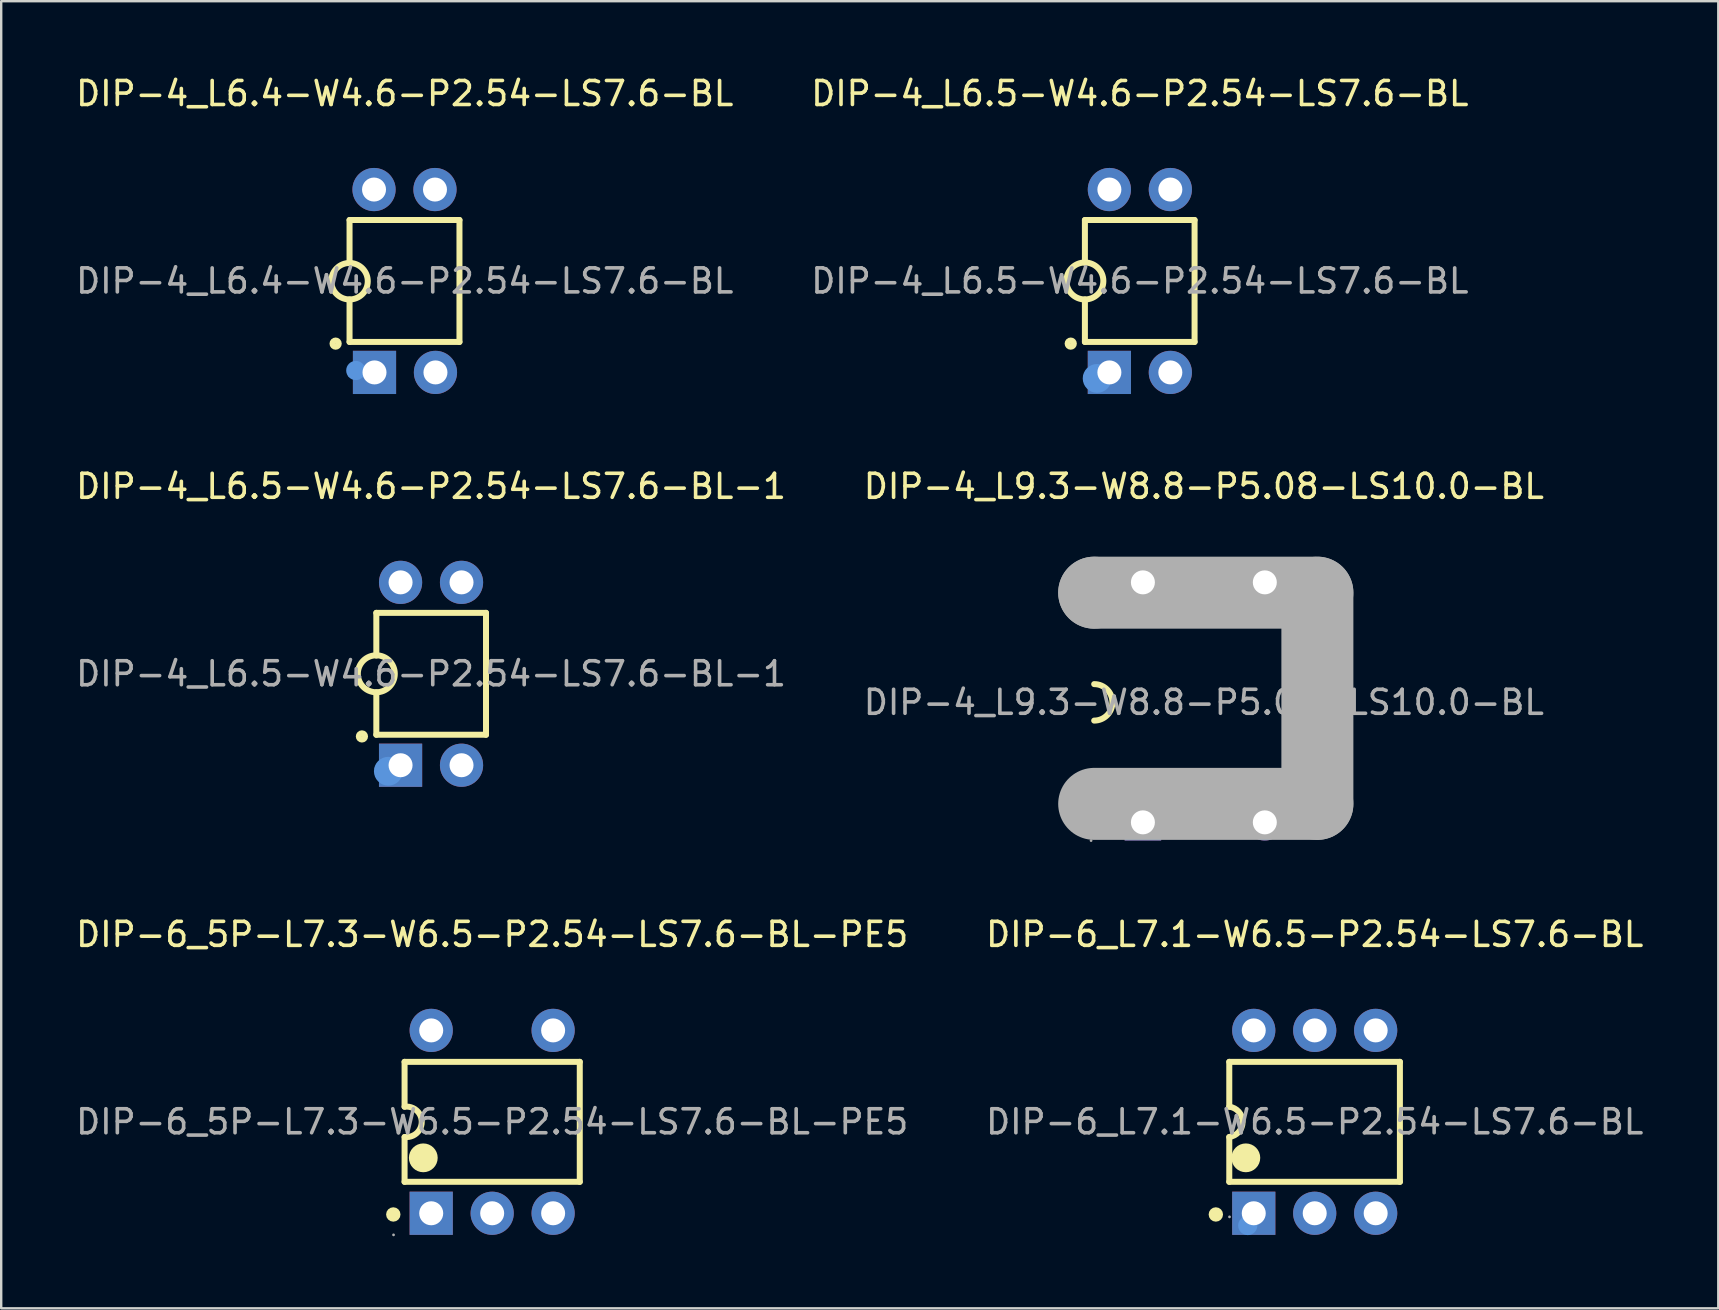
<source format=kicad_pcb>
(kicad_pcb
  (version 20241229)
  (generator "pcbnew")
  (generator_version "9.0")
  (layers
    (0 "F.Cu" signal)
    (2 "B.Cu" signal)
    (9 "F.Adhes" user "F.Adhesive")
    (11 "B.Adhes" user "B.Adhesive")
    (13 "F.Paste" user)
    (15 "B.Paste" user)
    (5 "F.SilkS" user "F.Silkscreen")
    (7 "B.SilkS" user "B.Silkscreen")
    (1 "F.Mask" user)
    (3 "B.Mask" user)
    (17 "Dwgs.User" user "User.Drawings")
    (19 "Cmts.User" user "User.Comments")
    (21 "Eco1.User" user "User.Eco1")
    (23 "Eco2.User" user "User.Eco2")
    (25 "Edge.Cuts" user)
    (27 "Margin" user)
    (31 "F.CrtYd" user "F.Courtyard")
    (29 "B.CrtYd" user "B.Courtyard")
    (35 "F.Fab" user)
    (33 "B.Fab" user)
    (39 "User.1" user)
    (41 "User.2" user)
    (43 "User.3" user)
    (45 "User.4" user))
  (footprint "DIP-4_L6.5-W4.6-P2.54-LS7.6-BL-1"
    (layer "F.Cu")
    (at 14.911 25.026)
    (property "Reference" "DIP-4_L6.5-W4.6-P2.54-LS7.6-BL-1" (at 0 -7.81 0) (layer "F.SilkS") (effects (font (size 1 1) (thickness 0.15))))
    (attr through_hole)
    (fp_line (start -2.28 -2.54) (end -2.28 -0.76) (stroke (width 0.25) (type solid)) (layer "F.SilkS"))
    (fp_line (start -2.28 -2.54) (end 2.29 -2.54) (stroke (width 0.25) (type solid)) (layer "F.SilkS"))
    (fp_line (start -2.28 0.77) (end -2.28 2.54) (stroke (width 0.25) (type solid)) (layer "F.SilkS"))
    (fp_line (start -2.28 2.54) (end 2.29 2.54) (stroke (width 0.25) (type solid)) (layer "F.SilkS"))
    (fp_line (start 2.29 -2.54) (end 2.29 2.54) (stroke (width 0.25) (type solid)) (layer "F.SilkS"))
    (fp_arc (start -2.293438 0.769883) (mid -2.273281 -0.769971) (end -2.28 0.77) (stroke (width 0.25) (type solid)) (layer "F.SilkS"))
    (fp_circle (center -2.88 2.61) (end -2.75 2.61) (stroke (width 0.25) (type solid)) (fill no) (layer "F.SilkS"))
    (fp_circle (center -1.78 4.06) (end -1.48 4.06) (stroke (width 0.6) (type solid)) (fill no) (layer "Cmts.User"))
    (fp_circle (center -2.29 3.93) (end -2.26 3.93) (stroke (width 0.06) (type solid)) (fill no) (layer "F.Fab"))
    (fp_text user "${REFERENCE}" (at 0 0 0) (layer "F.Fab") (effects (font (size 1 1) (thickness 0.15))))
    (pad "1" thru_hole rect (at -1.27 3.81 180) (size 1.8 1.8) (drill 1) (layers "*.Cu" "*.Paste" "*.Mask"))
    (pad "2" thru_hole circle (at 1.27 3.81 90) (size 1.8 1.8) (drill 1) (layers "*.Cu" "*.Paste" "*.Mask"))
    (pad "3" thru_hole circle (at 1.27 -3.81 90) (size 1.8 1.8) (drill 1) (layers "*.Cu" "*.Paste" "*.Mask"))
    (pad "4" thru_hole circle (at -1.27 -3.81 90) (size 1.8 1.8) (drill 1) (layers "*.Cu" "*.Paste" "*.Mask")))
  (footprint "DIP-6_5P-L7.3-W6.5-P2.54-LS7.6-BL-PE5"
    (layer "F.Cu")
    (at 17.458 43.695)
    (property "Reference" "DIP-6_5P-L7.3-W6.5-P2.54-LS7.6-BL-PE5" (at 0 -7.81 0) (layer "F.SilkS") (effects (font (size 1 1) (thickness 0.15))))
    (attr through_hole)
    (fp_line (start -3.65 -2.5) (end 3.65 -2.5) (stroke (width 0.25) (type solid)) (layer "F.SilkS"))
    (fp_line (start -3.65 -0.63) (end -3.65 -2.5) (stroke (width 0.25) (type solid)) (layer "F.SilkS"))
    (fp_line (start -3.65 0.64) (end -3.65 2.5) (stroke (width 0.25) (type solid)) (layer "F.SilkS"))
    (fp_line (start -3.65 2.5) (end 3.65 2.5) (stroke (width 0.25) (type solid)) (layer "F.SilkS"))
    (fp_line (start 3.65 -2.5) (end 3.65 2.5) (stroke (width 0.25) (type solid)) (layer "F.SilkS"))
    (fp_arc (start -4.12 3.86) (mid -4.12 3.86) (end -4.12 3.86) (stroke (width 0.3) (type solid)) (layer "F.SilkS"))
    (fp_arc (start -3.65 -0.63) (mid -2.934941 -0.000797) (end -3.648418 0.630199) (stroke (width 0.25) (type solid)) (layer "F.SilkS"))
    (fp_arc (start -2.87 1.5) (mid -2.87 1.5) (end -2.87 1.5) (stroke (width 0.6) (type solid)) (layer "F.SilkS"))
    (fp_circle (center -4.11 4.71) (end -4.08 4.71) (stroke (width 0.06) (type solid)) (fill no) (layer "F.Fab"))
    (fp_circle (center -2.54 -3.81) (end -2.34 -3.81) (stroke (width 0.4) (type solid)) (fill no) (layer "F.Fab"))
    (fp_circle (center -2.54 3.81) (end -2.34 3.81) (stroke (width 0.4) (type solid)) (fill no) (layer "F.Fab"))
    (fp_circle (center 0 3.81) (end 0.2 3.81) (stroke (width 0.4) (type solid)) (fill no) (layer "F.Fab"))
    (fp_circle (center 2.54 -3.81) (end 2.74 -3.81) (stroke (width 0.4) (type solid)) (fill no) (layer "F.Fab"))
    (fp_circle (center 2.54 3.81) (end 2.74 3.81) (stroke (width 0.4) (type solid)) (fill no) (layer "F.Fab"))
    (fp_text user "${REFERENCE}" (at 0 0 0) (layer "F.Fab") (effects (font (size 1 1) (thickness 0.15))))
    (pad "1" thru_hole rect (at -2.54 3.81 90) (size 1.8 1.8) (drill 1) (layers "*.Cu" "*.Paste" "*.Mask"))
    (pad "2" thru_hole circle (at 0 3.81 90) (size 1.8 1.8) (drill 1) (layers "*.Cu" "*.Paste" "*.Mask"))
    (pad "3" thru_hole circle (at 2.54 3.81 90) (size 1.8 1.8) (drill 1) (layers "*.Cu" "*.Paste" "*.Mask"))
    (pad "4" thru_hole circle (at 2.54 -3.81 90) (size 1.8 1.8) (drill 1) (layers "*.Cu" "*.Paste" "*.Mask"))
    (pad "6" thru_hole circle (at -2.54 -3.81 90) (size 1.8 1.8) (drill 1) (layers "*.Cu" "*.Paste" "*.Mask")))
  (footprint "DIP-4_L9.3-W8.8-P5.08-LS10.0-BL"
    (layer "F.Cu")
    (at 47.113 26.216)
    (property "Reference" "DIP-4_L9.3-W8.8-P5.08-LS10.0-BL" (at 0 -9 0) (layer "F.SilkS") (effects (font (size 1 1) (thickness 0.15))))
    (attr through_hole)
    (fp_arc (start -4.57 -0.76) (mid -3.81 0) (end -4.57 0.76) (stroke (width 0.25) (type solid)) (layer "F.SilkS"))
    (fp_circle (center -2.67 3.43) (end -2.49 3.43) (stroke (width 0.4) (type solid)) (fill no) (layer "F.SilkS"))
    (fp_line (start -4.57 -4.57) (end -4.57 -4.57) (stroke (width 3) (type solid)) (layer "F.Fab"))
    (fp_line (start -4.57 -4.57) (end 4.73 -4.57) (stroke (width 3) (type solid)) (layer "F.Fab"))
    (fp_line (start 4.73 -4.57) (end 4.73 4.23) (stroke (width 3) (type solid)) (layer "F.Fab"))
    (fp_line (start 4.73 4.23) (end -4.57 4.23) (stroke (width 3) (type solid)) (layer "F.Fab"))
    (fp_circle (center -4.7 5.76) (end -4.67 5.76) (stroke (width 0.06) (type solid)) (fill no) (layer "F.Fab"))
    (fp_circle (center -2.54 -5) (end -2.34 -5) (stroke (width 0.4) (type solid)) (fill no) (layer "F.Fab"))
    (fp_circle (center -2.54 5) (end -2.34 5) (stroke (width 0.4) (type solid)) (fill no) (layer "F.Fab"))
    (fp_circle (center 2.54 -5) (end 2.74 -5) (stroke (width 0.4) (type solid)) (fill no) (layer "F.Fab"))
    (fp_circle (center 2.54 5) (end 2.74 5) (stroke (width 0.4) (type solid)) (fill no) (layer "F.Fab"))
    (fp_text user "${REFERENCE}" (at 0 0 0) (layer "F.Fab") (effects (font (size 1 1) (thickness 0.15))))
    (pad "1" thru_hole rect (at -2.54 5 90) (size 1.52 1.52) (drill 1) (layers "*.Cu" "*.Paste" "*.Mask"))
    (pad "2" thru_hole circle (at 2.54 5 90) (size 1.52 1.52) (drill 1) (layers "*.Cu" "*.Paste" "*.Mask"))
    (pad "3" thru_hole circle (at 2.54 -5 90) (size 1.52 1.52) (drill 1) (layers "*.Cu" "*.Paste" "*.Mask"))
    (pad "4" thru_hole circle (at -2.54 -5 90) (size 1.52 1.52) (drill 1) (layers "*.Cu" "*.Paste" "*.Mask")))
  (footprint "DIP-6_L7.1-W6.5-P2.54-LS7.6-BL"
    (layer "F.Cu")
    (at 51.732 43.695)
    (property "Reference" "DIP-6_L7.1-W6.5-P2.54-LS7.6-BL" (at 0 -7.81 0) (layer "F.SilkS") (effects (font (size 1 1) (thickness 0.15))))
    (attr through_hole)
    (fp_line (start -3.56 -2.5) (end 3.55 -2.5) (stroke (width 0.25) (type solid)) (layer "F.SilkS"))
    (fp_line (start -3.56 -0.63) (end -3.56 -2.5) (stroke (width 0.25) (type solid)) (layer "F.SilkS"))
    (fp_line (start -3.56 0.64) (end -3.56 2.5) (stroke (width 0.25) (type solid)) (layer "F.SilkS"))
    (fp_line (start -3.56 2.5) (end 3.55 2.5) (stroke (width 0.25) (type solid)) (layer "F.SilkS"))
    (fp_line (start 3.55 -2.5) (end 3.55 2.5) (stroke (width 0.25) (type solid)) (layer "F.SilkS"))
    (fp_arc (start -4.12 3.86) (mid -4.12 3.86) (end -4.12 3.86) (stroke (width 0.3) (type solid)) (layer "F.SilkS"))
    (fp_arc (start -3.56 -0.63) (mid -3.004941 0.000797) (end -3.561582 0.630199) (stroke (width 0.25) (type solid)) (layer "F.SilkS"))
    (fp_arc (start -2.87 1.5) (mid -2.87 1.5) (end -2.87 1.5) (stroke (width 0.6) (type solid)) (layer "F.SilkS"))
    (fp_circle (center -2.79 4.32) (end -2.59 4.32) (stroke (width 0.4) (type solid)) (fill no) (layer "Cmts.User"))
    (fp_circle (center -3.55 3.96) (end -3.52 3.96) (stroke (width 0.06) (type solid)) (fill no) (layer "F.Fab"))
    (fp_text user "${REFERENCE}" (at 0 0 0) (layer "F.Fab") (effects (font (size 1 1) (thickness 0.15))))
    (pad "1" thru_hole rect (at -2.54 3.81 90) (size 1.8 1.8) (drill 1) (layers "*.Cu" "*.Paste" "*.Mask"))
    (pad "2" thru_hole circle (at 0 3.81 90) (size 1.8 1.8) (drill 1) (layers "*.Cu" "*.Paste" "*.Mask"))
    (pad "3" thru_hole circle (at 2.54 3.81 90) (size 1.8 1.8) (drill 1) (layers "*.Cu" "*.Paste" "*.Mask"))
    (pad "4" thru_hole circle (at 2.54 -3.81 90) (size 1.8 1.8) (drill 1) (layers "*.Cu" "*.Paste" "*.Mask"))
    (pad "5" thru_hole circle (at 0 -3.81 90) (size 1.8 1.8) (drill 1) (layers "*.Cu" "*.Paste" "*.Mask"))
    (pad "6" thru_hole circle (at -2.54 -3.81 90) (size 1.8 1.8) (drill 1) (layers "*.Cu" "*.Paste" "*.Mask")))
  (footprint "DIP-4_L6.5-W4.6-P2.54-LS7.6-BL"
    (layer "F.Cu")
    (at 44.446 8.658)
    (property "Reference" "DIP-4_L6.5-W4.6-P2.54-LS7.6-BL" (at 0 -7.81 0) (layer "F.SilkS") (effects (font (size 1 1) (thickness 0.15))))
    (attr through_hole)
    (fp_line (start -2.29 -2.54) (end -2.29 -0.76) (stroke (width 0.25) (type solid)) (layer "F.SilkS"))
    (fp_line (start -2.29 -2.54) (end 2.28 -2.54) (stroke (width 0.25) (type solid)) (layer "F.SilkS"))
    (fp_line (start -2.29 0.77) (end -2.29 2.54) (stroke (width 0.25) (type solid)) (layer "F.SilkS"))
    (fp_line (start -2.29 2.54) (end 2.28 2.54) (stroke (width 0.25) (type solid)) (layer "F.SilkS"))
    (fp_line (start 2.28 -2.54) (end 2.28 2.54) (stroke (width 0.25) (type solid)) (layer "F.SilkS"))
    (fp_arc (start -2.303438 0.769883) (mid -2.283281 -0.769971) (end -2.29 0.77) (stroke (width 0.25) (type solid)) (layer "F.SilkS"))
    (fp_circle (center -2.88 2.61) (end -2.75 2.61) (stroke (width 0.25) (type solid)) (fill no) (layer "F.SilkS"))
    (fp_circle (center -1.78 4.06) (end -1.48 4.06) (stroke (width 0.6) (type solid)) (fill no) (layer "Cmts.User"))
    (fp_circle (center -2.29 3.94) (end -2.26 3.94) (stroke (width 0.06) (type solid)) (fill no) (layer "F.Fab"))
    (fp_text user "${REFERENCE}" (at 0 0 0) (layer "F.Fab") (effects (font (size 1 1) (thickness 0.15))))
    (pad "1" thru_hole rect (at -1.27 3.81 180) (size 1.8 1.8) (drill 1) (layers "*.Cu" "*.Paste" "*.Mask"))
    (pad "2" thru_hole circle (at 1.27 3.81 90) (size 1.8 1.8) (drill 1) (layers "*.Cu" "*.Paste" "*.Mask"))
    (pad "3" thru_hole circle (at 1.27 -3.81 90) (size 1.8 1.8) (drill 1) (layers "*.Cu" "*.Paste" "*.Mask"))
    (pad "4" thru_hole circle (at -1.27 -3.81 90) (size 1.8 1.8) (drill 1) (layers "*.Cu" "*.Paste" "*.Mask")))
  (footprint "DIP-4_L6.4-W4.6-P2.54-LS7.6-BL"
    (layer "F.Cu")
    (at 13.815 8.658)
    (property "Reference" "DIP-4_L6.4-W4.6-P2.54-LS7.6-BL" (at 0 -7.81 0) (layer "F.SilkS") (effects (font (size 1 1) (thickness 0.15))))
    (attr through_hole)
    (fp_line (start -2.3 -2.54) (end -2.3 -0.76) (stroke (width 0.25) (type solid)) (layer "F.SilkS"))
    (fp_line (start -2.3 -2.54) (end 2.28 -2.54) (stroke (width 0.25) (type solid)) (layer "F.SilkS"))
    (fp_line (start -2.3 0.77) (end -2.3 2.54) (stroke (width 0.25) (type solid)) (layer "F.SilkS"))
    (fp_line (start -2.3 2.54) (end 2.28 2.54) (stroke (width 0.25) (type solid)) (layer "F.SilkS"))
    (fp_line (start 2.28 -2.54) (end 2.28 2.54) (stroke (width 0.25) (type solid)) (layer "F.SilkS"))
    (fp_arc (start -2.313264 0.769884) (mid -2.293368 -0.749971) (end -2.3 0.77) (stroke (width 0.25) (type solid)) (layer "F.SilkS"))
    (fp_circle (center -2.88 2.61) (end -2.75 2.61) (stroke (width 0.25) (type solid)) (fill no) (layer "F.SilkS"))
    (fp_circle (center -2.04 3.73) (end -1.84 3.73) (stroke (width 0.4) (type solid)) (fill no) (layer "Cmts.User"))
    (fp_circle (center -2.3 3.94) (end -2.27 3.94) (stroke (width 0.06) (type solid)) (fill no) (layer "F.Fab"))
    (fp_text user "${REFERENCE}" (at 0 0 0) (layer "F.Fab") (effects (font (size 1 1) (thickness 0.15))))
    (pad "1" thru_hole rect (at -1.26 3.81 180) (size 1.8 1.8) (drill 1) (layers "*.Cu" "*.Paste" "*.Mask"))
    (pad "2" thru_hole circle (at 1.28 3.81 90) (size 1.8 1.8) (drill 1) (layers "*.Cu" "*.Paste" "*.Mask"))
    (pad "3" thru_hole circle (at 1.26 -3.81 90) (size 1.8 1.8) (drill 1) (layers "*.Cu" "*.Paste" "*.Mask"))
    (pad "4" thru_hole circle (at -1.28 -3.81 90) (size 1.8 1.8) (drill 1) (layers "*.Cu" "*.Paste" "*.Mask")))
  (gr_rect
    (start -3 -3)
    (end 68.548 51.465)
    (stroke (width 0.1) (type default))
    (fill no)
    (layer "Edge.Cuts")))
</source>
